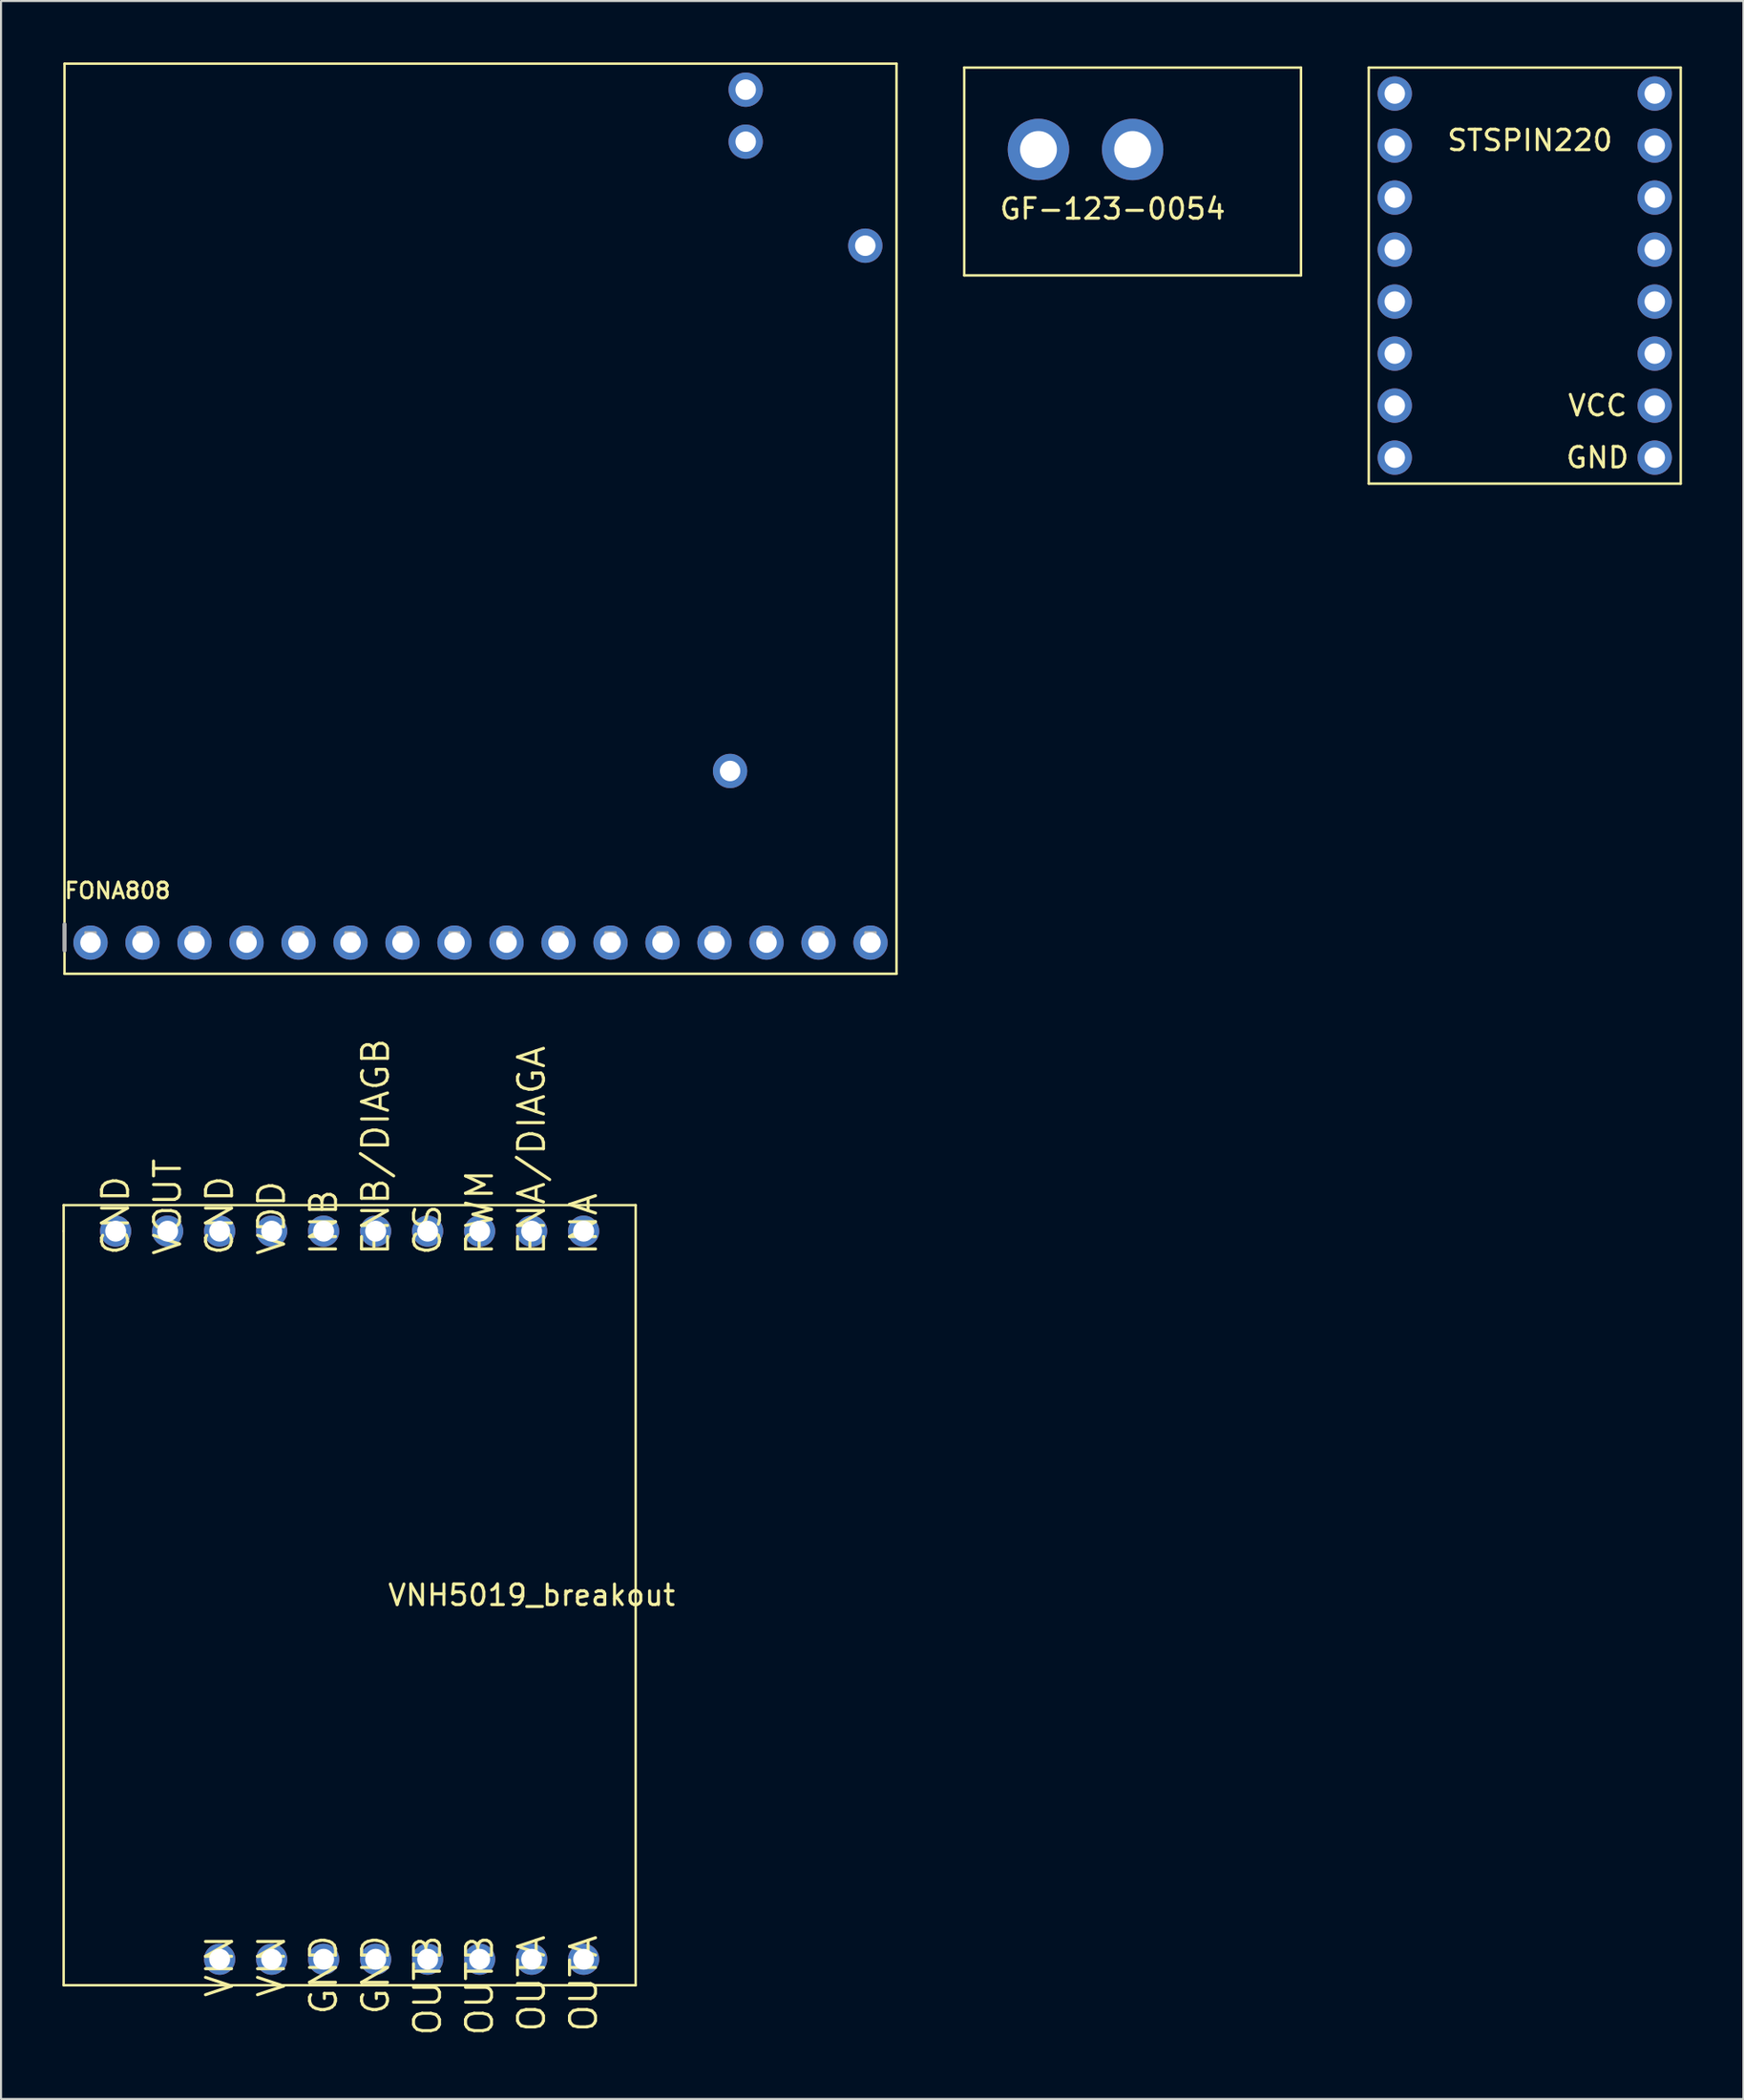
<source format=kicad_pcb>
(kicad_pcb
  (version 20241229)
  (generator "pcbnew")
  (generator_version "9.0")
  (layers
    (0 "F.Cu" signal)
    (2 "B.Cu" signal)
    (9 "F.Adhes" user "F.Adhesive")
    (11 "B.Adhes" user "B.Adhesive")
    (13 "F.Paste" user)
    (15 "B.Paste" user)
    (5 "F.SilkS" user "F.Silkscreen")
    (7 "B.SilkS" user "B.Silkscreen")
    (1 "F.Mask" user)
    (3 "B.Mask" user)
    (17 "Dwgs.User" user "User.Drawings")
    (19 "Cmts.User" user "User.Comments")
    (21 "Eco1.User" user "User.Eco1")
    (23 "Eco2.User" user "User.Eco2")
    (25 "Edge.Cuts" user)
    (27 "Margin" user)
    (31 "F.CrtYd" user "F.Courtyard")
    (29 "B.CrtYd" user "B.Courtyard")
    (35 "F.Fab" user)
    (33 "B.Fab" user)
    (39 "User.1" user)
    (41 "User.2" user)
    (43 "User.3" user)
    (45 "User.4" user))
  (footprint "GF-123-0054"
    (layer "F.Cu")
    (at 44.052 0.25)
    (property "Reference" "GF-123-0054" (at 7.25 6.9 0) (layer "F.SilkS") (effects (font (size 1 1) (thickness 0.15))))
    (attr through_hole)
    (fp_line (start 0 0) (end 16.45 0) (stroke (width 0.12) (type solid)) (layer "F.SilkS"))
    (fp_line (start 0 10.15) (end 0 0) (stroke (width 0.12) (type solid)) (layer "F.SilkS"))
    (fp_line (start 16.45 0) (end 16.45 10.15) (stroke (width 0.12) (type solid)) (layer "F.SilkS"))
    (fp_line (start 16.45 10.15) (end 0 10.15) (stroke (width 0.12) (type solid)) (layer "F.SilkS"))
    (pad "1" thru_hole circle (at 8.225 4) (size 3 3) (drill 1.8) (layers "*.Cu" "*.Mask"))
    (pad "2" thru_hole circle (at 3.625 4) (size 3 3) (drill 1.8) (layers "*.Cu" "*.Mask")))
  (footprint "VNH5019_breakout"
    (layer "F.Cu")
    (at 2.6 57.079)
    (property "Reference" "VNH5019_breakout" (at 20.32 17.78 0) (layer "F.SilkS") (effects (font (size 1 1) (thickness 0.15))))
    (attr through_hole)
    (fp_line (start -2.54 -1.27) (end -2.54 0) (stroke (width 0.12) (type solid)) (layer "F.SilkS"))
    (fp_line (start -2.54 -1.27) (end 25.4 -1.27) (stroke (width 0.12) (type solid)) (layer "F.SilkS"))
    (fp_line (start -2.54 36.83) (end -2.54 0) (stroke (width 0.12) (type solid)) (layer "F.SilkS"))
    (fp_line (start 25.4 -1.27) (end 25.4 36.83) (stroke (width 0.12) (type solid)) (layer "F.SilkS"))
    (fp_line (start 25.4 36.83) (end -2.54 36.83) (stroke (width 0.12) (type solid)) (layer "F.SilkS"))
    (fp_text user "CS" (at 15.24 1.27 270) (layer "F.SilkS") (effects (font (size 1.27 1.27) (thickness 0.15)) (justify left)))
    (fp_text user "GND" (at 5.08 1.27 270) (layer "F.SilkS") (effects (font (size 1.27 1.27) (thickness 0.15)) (justify left)))
    (fp_text user "OUTA" (at 20.32 34.29 270) (layer "F.SilkS") (effects (font (size 1.27 1.27) (thickness 0.15)) (justify right)))
    (fp_text user "GND" (at 10.16 34.29 270) (layer "F.SilkS") (effects (font (size 1.27 1.27) (thickness 0.15)) (justify right)))
    (fp_text user "ENB/DIAGB" (at 12.7 1.27 270) (layer "F.SilkS") (effects (font (size 1.27 1.27) (thickness 0.15)) (justify left)))
    (fp_text user "VDD" (at 7.62 1.27 270) (layer "F.SilkS") (effects (font (size 1.27 1.27) (thickness 0.15)) (justify left)))
    (fp_text user "GND" (at 0 1.27 270) (layer "F.SilkS") (effects (font (size 1.27 1.27) (thickness 0.15)) (justify left)))
    (fp_text user "PWM" (at 17.78 1.27 270) (layer "F.SilkS") (effects (font (size 1.27 1.27) (thickness 0.15)) (justify left)))
    (fp_text user "INA" (at 22.86 1.27 270) (layer "F.SilkS") (effects (font (size 1.27 1.27) (thickness 0.15)) (justify left)))
    (fp_text user "OUTB" (at 15.24 34.29 270) (layer "F.SilkS") (effects (font (size 1.27 1.27) (thickness 0.15)) (justify right)))
    (fp_text user "ENA/DIAGA" (at 20.32 1.27 270) (layer "F.SilkS") (effects (font (size 1.27 1.27) (thickness 0.15)) (justify left)))
    (fp_text user "OUTB" (at 17.78 34.29 270) (layer "F.SilkS") (effects (font (size 1.27 1.27) (thickness 0.15)) (justify right)))
    (fp_text user "VIN" (at 5.08 34.29 270) (layer "F.SilkS") (effects (font (size 1.27 1.27) (thickness 0.15)) (justify right)))
    (fp_text user "GND" (at 12.7 34.29 270) (layer "F.SilkS") (effects (font (size 1.27 1.27) (thickness 0.15)) (justify right)))
    (fp_text user "VIN" (at 7.62 34.29 270) (layer "F.SilkS") (effects (font (size 1.27 1.27) (thickness 0.15)) (justify right)))
    (fp_text user "INB" (at 10.16 1.27 270) (layer "F.SilkS") (effects (font (size 1.27 1.27) (thickness 0.15)) (justify left)))
    (fp_text user "VOUT" (at 2.54 1.27 270) (layer "F.SilkS") (effects (font (size 1.27 1.27) (thickness 0.15)) (justify left)))
    (fp_text user "OUTA" (at 22.86 34.29 270) (layer "F.SilkS") (effects (font (size 1.27 1.27) (thickness 0.15)) (justify right)))
    (pad "1" thru_hole circle (at 22.86 0) (size 1.524 1.524) (drill 1.02) (layers "*.Cu" "*.Mask"))
    (pad "2" thru_hole circle (at 20.32 0) (size 1.524 1.524) (drill 1.02) (layers "*.Cu" "*.Mask"))
    (pad "3" thru_hole circle (at 17.78 0) (size 1.524 1.524) (drill 1.02) (layers "*.Cu" "*.Mask"))
    (pad "4" thru_hole circle (at 15.24 0) (size 1.524 1.524) (drill 1.02) (layers "*.Cu" "*.Mask"))
    (pad "5" thru_hole circle (at 12.7 0) (size 1.524 1.524) (drill 1.02) (layers "*.Cu" "*.Mask"))
    (pad "6" thru_hole circle (at 10.16 0) (size 1.524 1.524) (drill 1.02) (layers "*.Cu" "*.Mask"))
    (pad "7" thru_hole circle (at 7.62 0) (size 1.524 1.524) (drill 1.02) (layers "*.Cu" "*.Mask" "B.Adhes"))
    (pad "8" thru_hole circle (at 5.08 0) (size 1.524 1.524) (drill 1.02) (layers "*.Cu" "*.Mask"))
    (pad "9" thru_hole circle (at 2.54 0) (size 1.524 1.524) (drill 1.02) (layers "*.Cu" "*.Mask"))
    (pad "10" thru_hole circle (at 0 0) (size 1.524 1.524) (drill 1.02) (layers "*.Cu" "*.Mask"))
    (pad "11" thru_hole circle (at 20.32 35.56) (size 1.524 1.524) (drill 1.02) (layers "*.Cu" "*.Mask"))
    (pad "11" thru_hole circle (at 22.86 35.56) (size 1.524 1.524) (drill 1.02) (layers "*.Cu" "*.Mask"))
    (pad "12" thru_hole circle (at 15.24 35.56) (size 1.524 1.524) (drill 1.02) (layers "*.Cu" "*.Mask"))
    (pad "12" thru_hole circle (at 17.78 35.56) (size 1.524 1.524) (drill 1.02) (layers "*.Cu" "*.Mask"))
    (pad "13" thru_hole circle (at 10.16 35.56) (size 1.524 1.524) (drill 1.02) (layers "*.Cu" "*.Mask"))
    (pad "13" thru_hole circle (at 12.7 35.56) (size 1.524 1.524) (drill 1.02) (layers "*.Cu" "*.Mask"))
    (pad "14" thru_hole circle (at 5.08 35.56) (size 1.524 1.524) (drill 1.02) (layers "*.Cu" "*.Mask"))
    (pad "14" thru_hole circle (at 7.62 35.56) (size 1.524 1.524) (drill 1.02) (layers "*.Cu" "*.Mask")))
  (footprint "FONA808"
    (layer "F.Cu")
    (at 20.422 42.732)
    (property "Reference" "FONA808" (at -20.396 -1.829 0) (layer "F.SilkS") (effects (font (size 0.772 0.772) (thickness 0.139)) (justify left bottom)))
    (attr through_hole)
    (fp_line (start -20.32 -42.672) (end 20.32 -42.672) (stroke (width 0.12) (type solid)) (layer "F.SilkS"))
    (fp_line (start -20.32 1.778) (end -20.32 -42.672) (stroke (width 0.12) (type solid)) (layer "F.SilkS"))
    (fp_line (start -20.32 1.778) (end 20.32 1.778) (stroke (width 0.12) (type solid)) (layer "F.SilkS"))
    (fp_line (start 20.32 -42.672) (end 20.32 1.778) (stroke (width 0.12) (type solid)) (layer "F.SilkS"))
    (fp_line (start -20.32 -0.635) (end -20.32 0.635) (stroke (width 0.203) (type solid)) (layer "F.Fab"))
    (fp_poly (pts (xy -19.304 0.254) (xy -18.796 0.254) (xy -18.796 -0.254) (xy -19.304 -0.254)) (stroke (width 0.1) (type solid)) (fill no) (layer "F.Fab"))
    (fp_poly (pts (xy -16.764 0.254) (xy -16.256 0.254) (xy -16.256 -0.254) (xy -16.764 -0.254)) (stroke (width 0.1) (type solid)) (fill no) (layer "F.Fab"))
    (fp_poly (pts (xy -14.224 0.254) (xy -13.716 0.254) (xy -13.716 -0.254) (xy -14.224 -0.254)) (stroke (width 0.1) (type solid)) (fill no) (layer "F.Fab"))
    (fp_poly (pts (xy -11.684 0.254) (xy -11.176 0.254) (xy -11.176 -0.254) (xy -11.684 -0.254)) (stroke (width 0.1) (type solid)) (fill no) (layer "F.Fab"))
    (fp_poly (pts (xy -9.144 0.254) (xy -8.636 0.254) (xy -8.636 -0.254) (xy -9.144 -0.254)) (stroke (width 0.1) (type solid)) (fill no) (layer "F.Fab"))
    (fp_poly (pts (xy -6.604 0.254) (xy -6.096 0.254) (xy -6.096 -0.254) (xy -6.604 -0.254)) (stroke (width 0.1) (type solid)) (fill no) (layer "F.Fab"))
    (fp_poly (pts (xy -4.064 0.254) (xy -3.556 0.254) (xy -3.556 -0.254) (xy -4.064 -0.254)) (stroke (width 0.1) (type solid)) (fill no) (layer "F.Fab"))
    (fp_poly (pts (xy -1.524 0.254) (xy -1.016 0.254) (xy -1.016 -0.254) (xy -1.524 -0.254)) (stroke (width 0.1) (type solid)) (fill no) (layer "F.Fab"))
    (fp_poly (pts (xy 1.016 0.254) (xy 1.524 0.254) (xy 1.524 -0.254) (xy 1.016 -0.254)) (stroke (width 0.1) (type solid)) (fill no) (layer "F.Fab"))
    (fp_poly (pts (xy 3.556 0.254) (xy 4.064 0.254) (xy 4.064 -0.254) (xy 3.556 -0.254)) (stroke (width 0.1) (type solid)) (fill no) (layer "F.Fab"))
    (fp_poly (pts (xy 6.096 0.254) (xy 6.604 0.254) (xy 6.604 -0.254) (xy 6.096 -0.254)) (stroke (width 0.1) (type solid)) (fill no) (layer "F.Fab"))
    (fp_poly (pts (xy 8.636 0.254) (xy 9.144 0.254) (xy 9.144 -0.254) (xy 8.636 -0.254)) (stroke (width 0.1) (type solid)) (fill no) (layer "F.Fab"))
    (fp_poly (pts (xy 11.176 0.254) (xy 11.684 0.254) (xy 11.684 -0.254) (xy 11.176 -0.254)) (stroke (width 0.1) (type solid)) (fill no) (layer "F.Fab"))
    (fp_poly (pts (xy 13.716 0.254) (xy 14.224 0.254) (xy 14.224 -0.254) (xy 13.716 -0.254)) (stroke (width 0.1) (type solid)) (fill no) (layer "F.Fab"))
    (fp_poly (pts (xy 16.256 0.254) (xy 16.764 0.254) (xy 16.764 -0.254) (xy 16.256 -0.254)) (stroke (width 0.1) (type solid)) (fill no) (layer "F.Fab"))
    (fp_poly (pts (xy 18.796 0.254) (xy 19.304 0.254) (xy 19.304 -0.254) (xy 18.796 -0.254)) (stroke (width 0.1) (type solid)) (fill no) (layer "F.Fab"))
    (pad "1" thru_hole circle (at -19.05 0.254 90) (size 1.676 1.676) (drill 1) (layers "*.Cu" "*.Mask"))
    (pad "2" thru_hole circle (at -16.51 0.254 90) (size 1.676 1.676) (drill 1) (layers "*.Cu" "*.Mask"))
    (pad "3" thru_hole circle (at -13.97 0.254 90) (size 1.676 1.676) (drill 1) (layers "*.Cu" "*.Mask"))
    (pad "4" thru_hole circle (at -11.43 0.254 90) (size 1.676 1.676) (drill 1) (layers "*.Cu" "*.Mask"))
    (pad "5" thru_hole circle (at -8.89 0.254 90) (size 1.676 1.676) (drill 1) (layers "*.Cu" "*.Mask"))
    (pad "6" thru_hole circle (at -6.35 0.254 90) (size 1.676 1.676) (drill 1) (layers "*.Cu" "*.Mask"))
    (pad "7" thru_hole circle (at -3.81 0.254 90) (size 1.676 1.676) (drill 1) (layers "*.Cu" "*.Mask"))
    (pad "8" thru_hole circle (at -1.27 0.254 90) (size 1.676 1.676) (drill 1) (layers "*.Cu" "*.Mask"))
    (pad "9" thru_hole circle (at 1.27 0.254 90) (size 1.676 1.676) (drill 1) (layers "*.Cu" "*.Mask"))
    (pad "10" thru_hole circle (at 3.81 0.254 90) (size 1.676 1.676) (drill 1) (layers "*.Cu" "*.Mask"))
    (pad "11" thru_hole circle (at 6.35 0.254 90) (size 1.676 1.676) (drill 1) (layers "*.Cu" "*.Mask"))
    (pad "12" thru_hole circle (at 8.89 0.254 90) (size 1.676 1.676) (drill 1) (layers "*.Cu" "*.Mask"))
    (pad "13" thru_hole circle (at 11.43 0.254 90) (size 1.676 1.676) (drill 1) (layers "*.Cu" "*.Mask"))
    (pad "14" thru_hole circle (at 13.97 0.254 90) (size 1.676 1.676) (drill 1) (layers "*.Cu" "*.Mask"))
    (pad "15" thru_hole circle (at 16.51 0.254 90) (size 1.676 1.676) (drill 1) (layers "*.Cu" "*.Mask"))
    (pad "16" thru_hole circle (at 19.05 0.254 90) (size 1.676 1.676) (drill 1) (layers "*.Cu" "*.Mask"))
    (pad "17" thru_hole circle (at 12.954 -41.402) (size 1.676 1.676) (drill 1) (layers "*.Cu" "*.Mask"))
    (pad "18" thru_hole circle (at 12.954 -38.862) (size 1.676 1.676) (drill 1) (layers "*.Cu" "*.Mask"))
    (pad "19" thru_hole circle (at 18.796 -33.782) (size 1.676 1.676) (drill 1) (layers "*.Cu" "*.Mask"))
    (pad "20" thru_hole circle (at 12.192 -8.128) (size 1.676 1.676) (drill 1) (layers "*.Cu" "*.Mask")))
  (footprint "STSPIN220"
    (layer "F.Cu")
    (at 63.812 0.25)
    (property "Reference" "STSPIN220" (at 7.874 3.556 0) (layer "F.SilkS") (effects (font (size 1 1) (thickness 0.15))))
    (attr through_hole)
    (fp_line (start 0 0) (end 15.24 0) (stroke (width 0.12) (type solid)) (layer "F.SilkS"))
    (fp_line (start 0 20.32) (end 0 0) (stroke (width 0.12) (type solid)) (layer "F.SilkS"))
    (fp_line (start 15.24 0) (end 15.24 20.32) (stroke (width 0.12) (type solid)) (layer "F.SilkS"))
    (fp_line (start 15.24 20.32) (end 0 20.32) (stroke (width 0.12) (type solid)) (layer "F.SilkS"))
    (fp_text user "VCC" (at 11.176 16.51 0) (layer "F.SilkS") (effects (font (size 1 1) (thickness 0.15))))
    (fp_text user "GND" (at 11.176 19.05 0) (layer "F.SilkS") (effects (font (size 1 1) (thickness 0.15))))
    (pad "1" thru_hole circle (at 1.27 1.27) (size 1.676 1.676) (drill 1) (layers "*.Cu" "*.Mask"))
    (pad "2" thru_hole circle (at 1.27 3.81) (size 1.676 1.676) (drill 1) (layers "*.Cu" "*.Mask"))
    (pad "3" thru_hole circle (at 1.27 6.35) (size 1.676 1.676) (drill 1) (layers "*.Cu" "*.Mask"))
    (pad "4" thru_hole circle (at 1.27 8.89) (size 1.676 1.676) (drill 1) (layers "*.Cu" "*.Mask"))
    (pad "5" thru_hole circle (at 1.27 11.43) (size 1.676 1.676) (drill 1) (layers "*.Cu" "*.Mask"))
    (pad "6" thru_hole circle (at 1.27 13.97) (size 1.676 1.676) (drill 1) (layers "*.Cu" "*.Mask"))
    (pad "7" thru_hole circle (at 1.27 16.51) (size 1.676 1.676) (drill 1) (layers "*.Cu" "*.Mask"))
    (pad "8" thru_hole circle (at 1.27 19.05) (size 1.676 1.676) (drill 1) (layers "*.Cu" "*.Mask"))
    (pad "9" thru_hole circle (at 13.97 19.05) (size 1.676 1.676) (drill 1) (layers "*.Cu" "*.Mask"))
    (pad "10" thru_hole circle (at 13.97 16.51) (size 1.676 1.676) (drill 1) (layers "*.Cu" "*.Mask"))
    (pad "11" thru_hole circle (at 13.97 13.97) (size 1.676 1.676) (drill 1) (layers "*.Cu" "*.Mask"))
    (pad "12" thru_hole circle (at 13.97 11.43) (size 1.676 1.676) (drill 1) (layers "*.Cu" "*.Mask"))
    (pad "13" thru_hole circle (at 13.97 8.89) (size 1.676 1.676) (drill 1) (layers "*.Cu" "*.Mask"))
    (pad "14" thru_hole circle (at 13.97 6.35) (size 1.676 1.676) (drill 1) (layers "*.Cu" "*.Mask"))
    (pad "15" thru_hole circle (at 13.97 3.81) (size 1.676 1.676) (drill 1) (layers "*.Cu" "*.Mask"))
    (pad "16" thru_hole circle (at 13.97 1.27) (size 1.676 1.676) (drill 1) (layers "*.Cu" "*.Mask")))
  (gr_rect
    (start -3 -3)
    (end 82.112 99.464)
    (stroke (width 0.1) (type default))
    (fill no)
    (layer "Edge.Cuts")))
</source>
